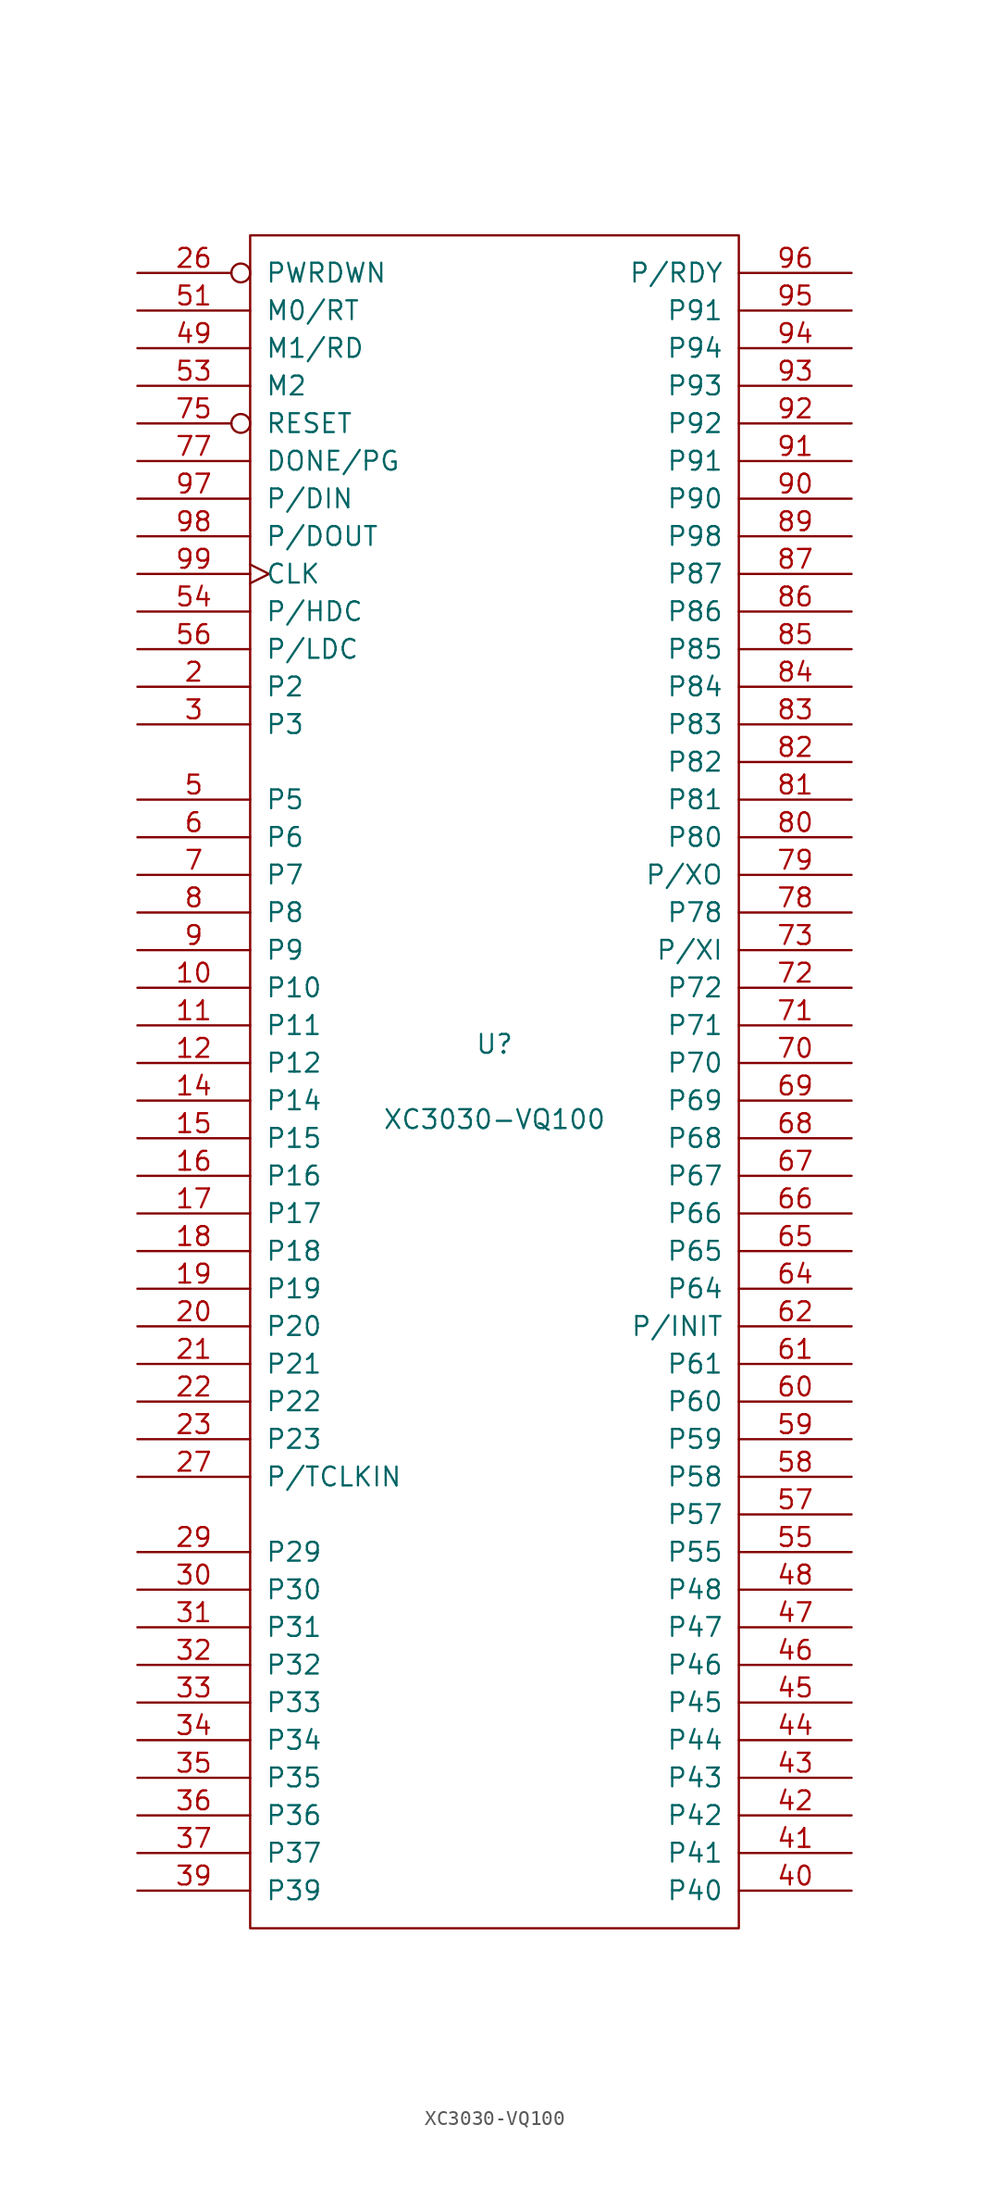
<source format=kicad_sym>
(kicad_symbol_lib
  (version 20201005)
  (generator kicad_symbol_editor)
  (symbol "FPGA_Xilinx:XC3030-VQ100"
    (pin_names
      (offset 1.016))
    (property "Reference" "U"
      (at 0 2.54 0)
      (effects (font (size 1.27 1.27))))
    (property "Value" "XC3030-VQ100"
      (at 0 -2.54 0)
      (effects (font (size 1.27 1.27))))
    (symbol "XC3030-VQ100_0_1"
      (rectangle (start -16.51 -57.15) (end 16.51 57.15) (stroke (width 0)) (fill (type none))))
    (symbol "XC3030-VQ100_1_1"
      (pin power_in line (at -3.81 -57.15 90) (length 0) hide (name "GND" (effects (font (size 1.27 1.27)))) (number "1" (effects (font (size 1.27 1.27)))))
      (pin passive line (at -24.13 6.35 0) (length 7.62) (name "P10" (effects (font (size 1.27 1.27)))) (number "10" (effects (font (size 1.27 1.27)))))
      (pin power_in line (at 8.89 57.15 270) (length 0) hide (name "VCC" (effects (font (size 1.27 1.27)))) (number "100" (effects (font (size 1.27 1.27)))))
      (pin passive line (at -24.13 3.81 0) (length 7.62) (name "P11" (effects (font (size 1.27 1.27)))) (number "11" (effects (font (size 1.27 1.27)))))
      (pin passive line (at -24.13 1.27 0) (length 7.62) (name "P12" (effects (font (size 1.27 1.27)))) (number "12" (effects (font (size 1.27 1.27)))))
      (pin power_in line (at -1.27 -57.15 90) (length 0) hide (name "GND" (effects (font (size 1.27 1.27)))) (number "13" (effects (font (size 1.27 1.27)))))
      (pin passive line (at -24.13 -1.27 0) (length 7.62) (name "P14" (effects (font (size 1.27 1.27)))) (number "14" (effects (font (size 1.27 1.27)))))
      (pin passive line (at -24.13 -3.81 0) (length 7.62) (name "P15" (effects (font (size 1.27 1.27)))) (number "15" (effects (font (size 1.27 1.27)))))
      (pin passive line (at -24.13 -6.35 0) (length 7.62) (name "P16" (effects (font (size 1.27 1.27)))) (number "16" (effects (font (size 1.27 1.27)))))
      (pin passive line (at -24.13 -8.89 0) (length 7.62) (name "P17" (effects (font (size 1.27 1.27)))) (number "17" (effects (font (size 1.27 1.27)))))
      (pin passive line (at -24.13 -11.43 0) (length 7.62) (name "P18" (effects (font (size 1.27 1.27)))) (number "18" (effects (font (size 1.27 1.27)))))
      (pin passive line (at -24.13 -13.97 0) (length 7.62) (name "P19" (effects (font (size 1.27 1.27)))) (number "19" (effects (font (size 1.27 1.27)))))
      (pin passive line (at -24.13 26.67 0) (length 7.62) (name "P2" (effects (font (size 1.27 1.27)))) (number "2" (effects (font (size 1.27 1.27)))))
      (pin passive line (at -24.13 -16.51 0) (length 7.62) (name "P20" (effects (font (size 1.27 1.27)))) (number "20" (effects (font (size 1.27 1.27)))))
      (pin passive line (at -24.13 -19.05 0) (length 7.62) (name "P21" (effects (font (size 1.27 1.27)))) (number "21" (effects (font (size 1.27 1.27)))))
      (pin passive line (at -24.13 -21.59 0) (length 7.62) (name "P22" (effects (font (size 1.27 1.27)))) (number "22" (effects (font (size 1.27 1.27)))))
      (pin passive line (at -24.13 -24.13 0) (length 7.62) (name "P23" (effects (font (size 1.27 1.27)))) (number "23" (effects (font (size 1.27 1.27)))))
      (pin power_in line (at -3.81 57.15 270) (length 0) hide (name "VCC" (effects (font (size 1.27 1.27)))) (number "24" (effects (font (size 1.27 1.27)))))
      (pin power_in line (at 1.27 -57.15 90) (length 0) hide (name "GND" (effects (font (size 1.27 1.27)))) (number "25" (effects (font (size 1.27 1.27)))))
      (pin input inverted (at -24.13 54.61 0) (length 7.62) (name "PWRDWN" (effects (font (size 1.27 1.27)))) (number "26" (effects (font (size 1.27 1.27)))))
      (pin passive line (at -24.13 -26.67 0) (length 7.62) (name "P/TCLKIN" (effects (font (size 1.27 1.27)))) (number "27" (effects (font (size 1.27 1.27)))))
      (pin passive line (at -24.13 -31.75 0) (length 7.62) (name "P29" (effects (font (size 1.27 1.27)))) (number "29" (effects (font (size 1.27 1.27)))))
      (pin passive line (at -24.13 24.13 0) (length 7.62) (name "P3" (effects (font (size 1.27 1.27)))) (number "3" (effects (font (size 1.27 1.27)))))
      (pin passive line (at -24.13 -34.29 0) (length 7.62) (name "P30" (effects (font (size 1.27 1.27)))) (number "30" (effects (font (size 1.27 1.27)))))
      (pin passive line (at -24.13 -36.83 0) (length 7.62) (name "P31" (effects (font (size 1.27 1.27)))) (number "31" (effects (font (size 1.27 1.27)))))
      (pin passive line (at -24.13 -39.37 0) (length 7.62) (name "P32" (effects (font (size 1.27 1.27)))) (number "32" (effects (font (size 1.27 1.27)))))
      (pin passive line (at -24.13 -41.91 0) (length 7.62) (name "P33" (effects (font (size 1.27 1.27)))) (number "33" (effects (font (size 1.27 1.27)))))
      (pin passive line (at -24.13 -44.45 0) (length 7.62) (name "P34" (effects (font (size 1.27 1.27)))) (number "34" (effects (font (size 1.27 1.27)))))
      (pin passive line (at -24.13 -46.99 0) (length 7.62) (name "P35" (effects (font (size 1.27 1.27)))) (number "35" (effects (font (size 1.27 1.27)))))
      (pin passive line (at -24.13 -49.53 0) (length 7.62) (name "P36" (effects (font (size 1.27 1.27)))) (number "36" (effects (font (size 1.27 1.27)))))
      (pin passive line (at -24.13 -52.07 0) (length 7.62) (name "P37" (effects (font (size 1.27 1.27)))) (number "37" (effects (font (size 1.27 1.27)))))
      (pin power_in line (at -1.27 57.15 270) (length 0) hide (name "VCC" (effects (font (size 1.27 1.27)))) (number "38" (effects (font (size 1.27 1.27)))))
      (pin passive line (at -24.13 -54.61 0) (length 7.62) (name "P39" (effects (font (size 1.27 1.27)))) (number "39" (effects (font (size 1.27 1.27)))))
      (pin passive line (at 24.13 -54.61 180) (length 7.62) (name "P40" (effects (font (size 1.27 1.27)))) (number "40" (effects (font (size 1.27 1.27)))))
      (pin passive line (at 24.13 -52.07 180) (length 7.62) (name "P41" (effects (font (size 1.27 1.27)))) (number "41" (effects (font (size 1.27 1.27)))))
      (pin passive line (at 24.13 -49.53 180) (length 7.62) (name "P42" (effects (font (size 1.27 1.27)))) (number "42" (effects (font (size 1.27 1.27)))))
      (pin passive line (at 24.13 -46.99 180) (length 7.62) (name "P43" (effects (font (size 1.27 1.27)))) (number "43" (effects (font (size 1.27 1.27)))))
      (pin passive line (at 24.13 -44.45 180) (length 7.62) (name "P44" (effects (font (size 1.27 1.27)))) (number "44" (effects (font (size 1.27 1.27)))))
      (pin passive line (at 24.13 -41.91 180) (length 7.62) (name "P45" (effects (font (size 1.27 1.27)))) (number "45" (effects (font (size 1.27 1.27)))))
      (pin passive line (at 24.13 -39.37 180) (length 7.62) (name "P46" (effects (font (size 1.27 1.27)))) (number "46" (effects (font (size 1.27 1.27)))))
      (pin passive line (at 24.13 -36.83 180) (length 7.62) (name "P47" (effects (font (size 1.27 1.27)))) (number "47" (effects (font (size 1.27 1.27)))))
      (pin passive line (at 24.13 -34.29 180) (length 7.62) (name "P48" (effects (font (size 1.27 1.27)))) (number "48" (effects (font (size 1.27 1.27)))))
      (pin input line (at -24.13 49.53 0) (length 7.62) (name "M1/RD" (effects (font (size 1.27 1.27)))) (number "49" (effects (font (size 1.27 1.27)))))
      (pin passive line (at -24.13 19.05 0) (length 7.62) (name "P5" (effects (font (size 1.27 1.27)))) (number "5" (effects (font (size 1.27 1.27)))))
      (pin power_in line (at 3.81 -57.15 90) (length 0) hide (name "GND" (effects (font (size 1.27 1.27)))) (number "50" (effects (font (size 1.27 1.27)))))
      (pin input line (at -24.13 52.07 0) (length 7.62) (name "M0/RT" (effects (font (size 1.27 1.27)))) (number "51" (effects (font (size 1.27 1.27)))))
      (pin power_in line (at 1.27 57.15 270) (length 0) hide (name "VCC" (effects (font (size 1.27 1.27)))) (number "52" (effects (font (size 1.27 1.27)))))
      (pin passive line (at -24.13 46.99 0) (length 7.62) (name "M2" (effects (font (size 1.27 1.27)))) (number "53" (effects (font (size 1.27 1.27)))))
      (pin passive line (at -24.13 31.75 0) (length 7.62) (name "P/HDC" (effects (font (size 1.27 1.27)))) (number "54" (effects (font (size 1.27 1.27)))))
      (pin passive line (at 24.13 -31.75 180) (length 7.62) (name "P55" (effects (font (size 1.27 1.27)))) (number "55" (effects (font (size 1.27 1.27)))))
      (pin passive line (at -24.13 29.21 0) (length 7.62) (name "P/LDC" (effects (font (size 1.27 1.27)))) (number "56" (effects (font (size 1.27 1.27)))))
      (pin passive line (at 24.13 -29.21 180) (length 7.62) (name "P57" (effects (font (size 1.27 1.27)))) (number "57" (effects (font (size 1.27 1.27)))))
      (pin passive line (at 24.13 -26.67 180) (length 7.62) (name "P58" (effects (font (size 1.27 1.27)))) (number "58" (effects (font (size 1.27 1.27)))))
      (pin passive line (at 24.13 -24.13 180) (length 7.62) (name "P59" (effects (font (size 1.27 1.27)))) (number "59" (effects (font (size 1.27 1.27)))))
      (pin passive line (at -24.13 16.51 0) (length 7.62) (name "P6" (effects (font (size 1.27 1.27)))) (number "6" (effects (font (size 1.27 1.27)))))
      (pin passive line (at 24.13 -21.59 180) (length 7.62) (name "P60" (effects (font (size 1.27 1.27)))) (number "60" (effects (font (size 1.27 1.27)))))
      (pin passive line (at 24.13 -19.05 180) (length 7.62) (name "P61" (effects (font (size 1.27 1.27)))) (number "61" (effects (font (size 1.27 1.27)))))
      (pin passive line (at 24.13 -16.51 180) (length 7.62) (name "P/INIT" (effects (font (size 1.27 1.27)))) (number "62" (effects (font (size 1.27 1.27)))))
      (pin power_in line (at 6.35 -57.15 90) (length 0) hide (name "GND" (effects (font (size 1.27 1.27)))) (number "63" (effects (font (size 1.27 1.27)))))
      (pin passive line (at 24.13 -13.97 180) (length 7.62) (name "P64" (effects (font (size 1.27 1.27)))) (number "64" (effects (font (size 1.27 1.27)))))
      (pin passive line (at 24.13 -11.43 180) (length 7.62) (name "P65" (effects (font (size 1.27 1.27)))) (number "65" (effects (font (size 1.27 1.27)))))
      (pin passive line (at 24.13 -8.89 180) (length 7.62) (name "P66" (effects (font (size 1.27 1.27)))) (number "66" (effects (font (size 1.27 1.27)))))
      (pin passive line (at 24.13 -6.35 180) (length 7.62) (name "P67" (effects (font (size 1.27 1.27)))) (number "67" (effects (font (size 1.27 1.27)))))
      (pin passive line (at 24.13 -3.81 180) (length 7.62) (name "P68" (effects (font (size 1.27 1.27)))) (number "68" (effects (font (size 1.27 1.27)))))
      (pin passive line (at 24.13 -1.27 180) (length 7.62) (name "P69" (effects (font (size 1.27 1.27)))) (number "69" (effects (font (size 1.27 1.27)))))
      (pin passive line (at -24.13 13.97 0) (length 7.62) (name "P7" (effects (font (size 1.27 1.27)))) (number "7" (effects (font (size 1.27 1.27)))))
      (pin passive line (at 24.13 1.27 180) (length 7.62) (name "P70" (effects (font (size 1.27 1.27)))) (number "70" (effects (font (size 1.27 1.27)))))
      (pin passive line (at 24.13 3.81 180) (length 7.62) (name "P71" (effects (font (size 1.27 1.27)))) (number "71" (effects (font (size 1.27 1.27)))))
      (pin passive line (at 24.13 6.35 180) (length 7.62) (name "P72" (effects (font (size 1.27 1.27)))) (number "72" (effects (font (size 1.27 1.27)))))
      (pin passive line (at 24.13 8.89 180) (length 7.62) (name "P/XI" (effects (font (size 1.27 1.27)))) (number "73" (effects (font (size 1.27 1.27)))))
      (pin power_in line (at 8.89 -57.15 90) (length 0) hide (name "GND" (effects (font (size 1.27 1.27)))) (number "74" (effects (font (size 1.27 1.27)))))
      (pin input inverted (at -24.13 44.45 0) (length 7.62) (name "RESET" (effects (font (size 1.27 1.27)))) (number "75" (effects (font (size 1.27 1.27)))))
      (pin power_in line (at 3.81 57.15 270) (length 0) hide (name "VCC" (effects (font (size 1.27 1.27)))) (number "76" (effects (font (size 1.27 1.27)))))
      (pin open_collector line (at -24.13 41.91 0) (length 7.62) (name "DONE/PG" (effects (font (size 1.27 1.27)))) (number "77" (effects (font (size 1.27 1.27)))))
      (pin passive line (at 24.13 11.43 180) (length 7.62) (name "P78" (effects (font (size 1.27 1.27)))) (number "78" (effects (font (size 1.27 1.27)))))
      (pin passive line (at 24.13 13.97 180) (length 7.62) (name "P/XO" (effects (font (size 1.27 1.27)))) (number "79" (effects (font (size 1.27 1.27)))))
      (pin passive line (at -24.13 11.43 0) (length 7.62) (name "P8" (effects (font (size 1.27 1.27)))) (number "8" (effects (font (size 1.27 1.27)))))
      (pin passive line (at 24.13 16.51 180) (length 7.62) (name "P80" (effects (font (size 1.27 1.27)))) (number "80" (effects (font (size 1.27 1.27)))))
      (pin passive line (at 24.13 19.05 180) (length 7.62) (name "P81" (effects (font (size 1.27 1.27)))) (number "81" (effects (font (size 1.27 1.27)))))
      (pin passive line (at 24.13 21.59 180) (length 7.62) (name "P82" (effects (font (size 1.27 1.27)))) (number "82" (effects (font (size 1.27 1.27)))))
      (pin passive line (at 24.13 24.13 180) (length 7.62) (name "P83" (effects (font (size 1.27 1.27)))) (number "83" (effects (font (size 1.27 1.27)))))
      (pin passive line (at 24.13 26.67 180) (length 7.62) (name "P84" (effects (font (size 1.27 1.27)))) (number "84" (effects (font (size 1.27 1.27)))))
      (pin passive line (at 24.13 29.21 180) (length 7.62) (name "P85" (effects (font (size 1.27 1.27)))) (number "85" (effects (font (size 1.27 1.27)))))
      (pin passive line (at 24.13 31.75 180) (length 7.62) (name "P86" (effects (font (size 1.27 1.27)))) (number "86" (effects (font (size 1.27 1.27)))))
      (pin passive line (at 24.13 34.29 180) (length 7.62) (name "P87" (effects (font (size 1.27 1.27)))) (number "87" (effects (font (size 1.27 1.27)))))
      (pin power_in line (at 6.35 57.15 270) (length 0) hide (name "VCC" (effects (font (size 1.27 1.27)))) (number "88" (effects (font (size 1.27 1.27)))))
      (pin passive line (at 24.13 36.83 180) (length 7.62) (name "P98" (effects (font (size 1.27 1.27)))) (number "89" (effects (font (size 1.27 1.27)))))
      (pin passive line (at -24.13 8.89 0) (length 7.62) (name "P9" (effects (font (size 1.27 1.27)))) (number "9" (effects (font (size 1.27 1.27)))))
      (pin passive line (at 24.13 39.37 180) (length 7.62) (name "P90" (effects (font (size 1.27 1.27)))) (number "90" (effects (font (size 1.27 1.27)))))
      (pin passive line (at 24.13 41.91 180) (length 7.62) (name "P91" (effects (font (size 1.27 1.27)))) (number "91" (effects (font (size 1.27 1.27)))))
      (pin passive line (at 24.13 44.45 180) (length 7.62) (name "P92" (effects (font (size 1.27 1.27)))) (number "92" (effects (font (size 1.27 1.27)))))
      (pin passive line (at 24.13 46.99 180) (length 7.62) (name "P93" (effects (font (size 1.27 1.27)))) (number "93" (effects (font (size 1.27 1.27)))))
      (pin passive line (at 24.13 49.53 180) (length 7.62) (name "P94" (effects (font (size 1.27 1.27)))) (number "94" (effects (font (size 1.27 1.27)))))
      (pin passive line (at 24.13 52.07 180) (length 7.62) (name "P91" (effects (font (size 1.27 1.27)))) (number "95" (effects (font (size 1.27 1.27)))))
      (pin passive line (at 24.13 54.61 180) (length 7.62) (name "P/RDY" (effects (font (size 1.27 1.27)))) (number "96" (effects (font (size 1.27 1.27)))))
      (pin passive line (at -24.13 39.37 0) (length 7.62) (name "P/DIN" (effects (font (size 1.27 1.27)))) (number "97" (effects (font (size 1.27 1.27)))))
      (pin passive line (at -24.13 36.83 0) (length 7.62) (name "P/DOUT" (effects (font (size 1.27 1.27)))) (number "98" (effects (font (size 1.27 1.27)))))
      (pin bidirectional clock (at -24.13 34.29 0) (length 7.62) (name "CLK" (effects (font (size 1.27 1.27)))) (number "99" (effects (font (size 1.27 1.27))))))))
</source>
